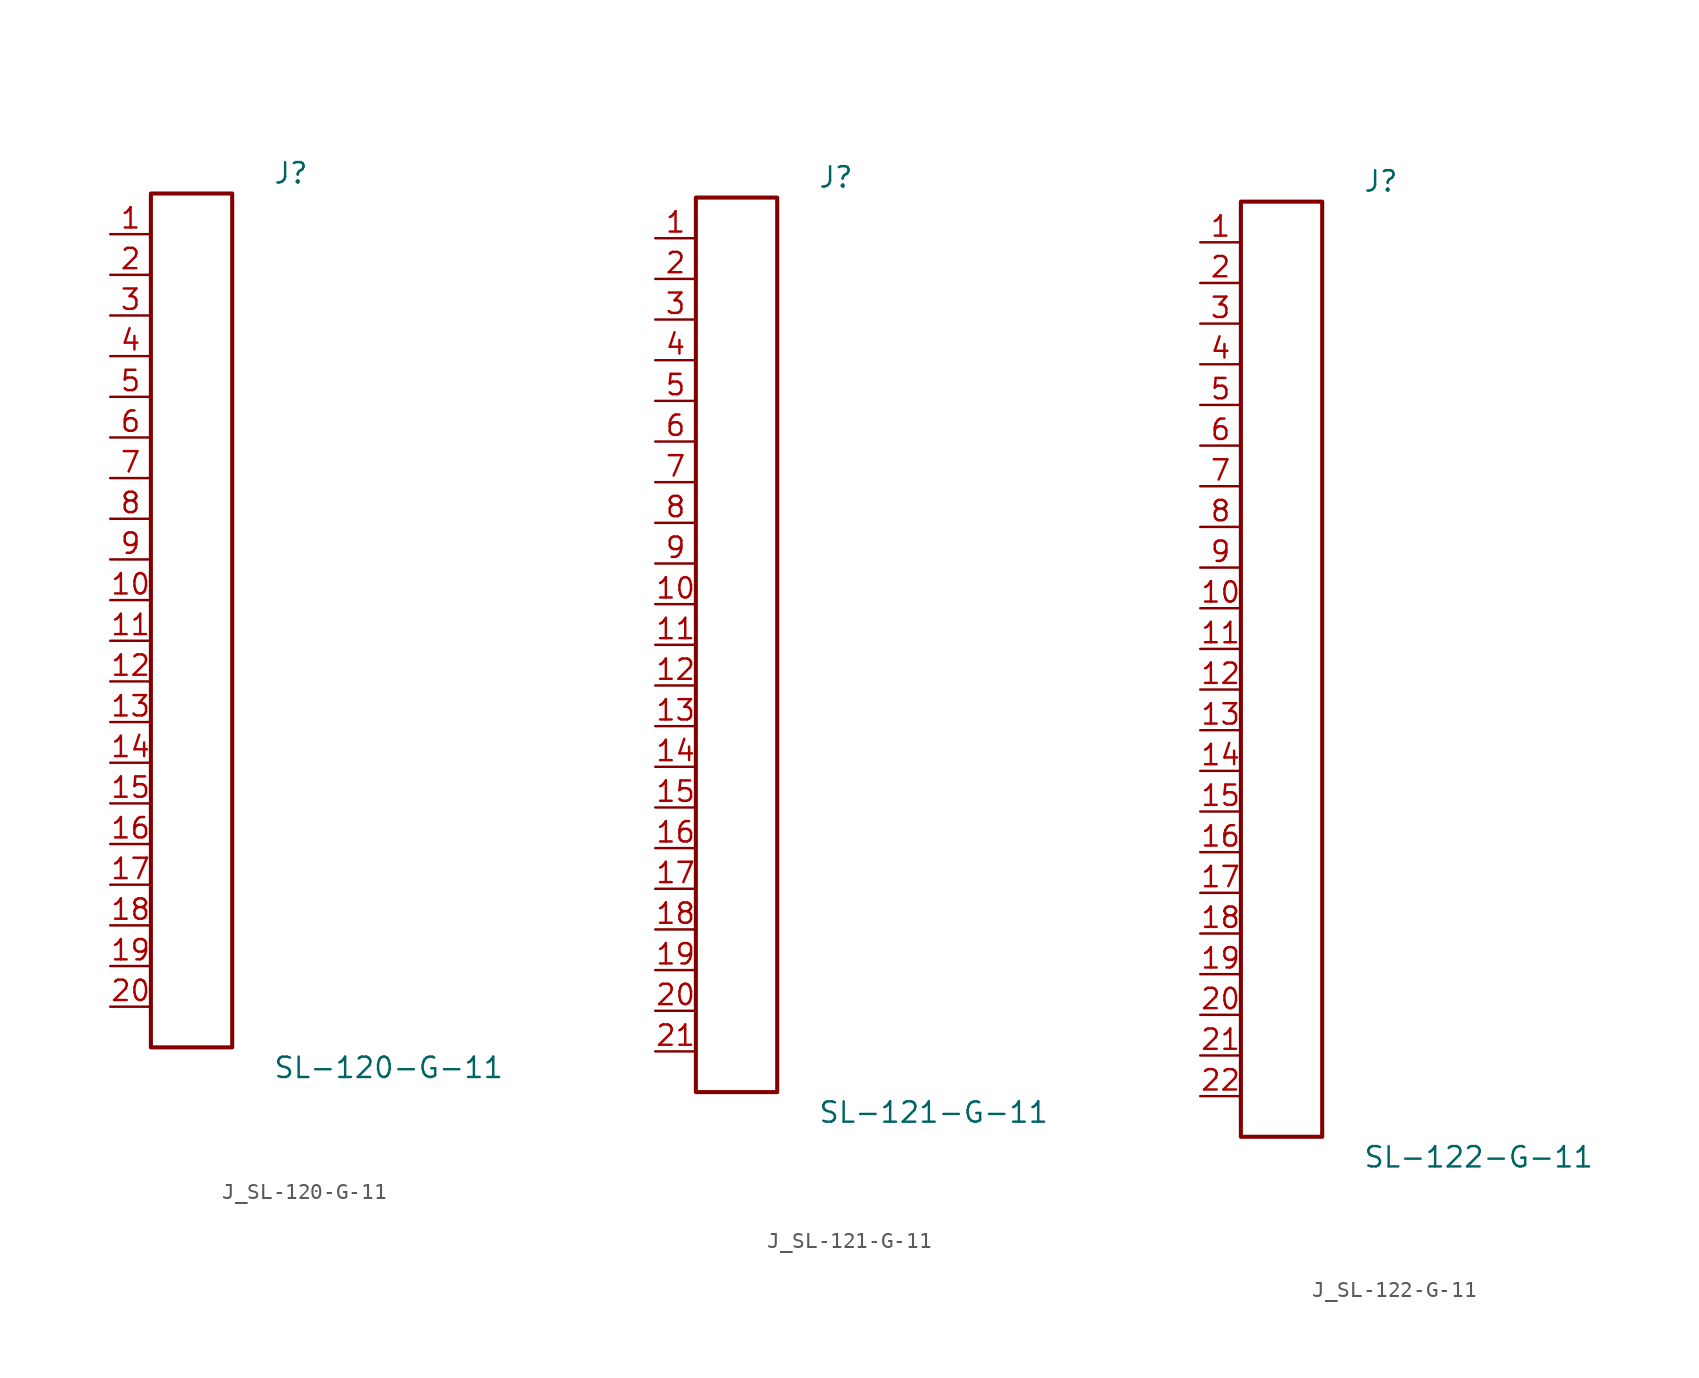
<source format=kicad_sym>
(kicad_symbol_lib
  (version 20231120)
  (generator kicad_symbol_editor)
  (generator_version 8.0)
  (symbol "J_SL-120-G-11"
    (pin_names
      (offset 0.254))
    (property "Reference" "J"
      (at 5.08 27.94 0)
      (effects (font (size 1.27 1.27)) (justify left)))
    (property "Value" "SL-120-G-11"
      (at 5.08 -27.94 0)
      (effects (font (size 1.27 1.27)) (justify left)))
    (symbol "J_SL-120-G-11_0_0"
      (pin unspecified line (at -5.08 24.13 0) (length 2.54) (name "" (effects (font (size 1.27 1.27)))) (number "1" (effects (font (size 1.27 1.27)))))
      (pin unspecified line (at -5.08 21.59 0) (length 2.54) (name "" (effects (font (size 1.27 1.27)))) (number "2" (effects (font (size 1.27 1.27)))))
      (pin unspecified line (at -5.08 19.05 0) (length 2.54) (name "" (effects (font (size 1.27 1.27)))) (number "3" (effects (font (size 1.27 1.27)))))
      (pin unspecified line (at -5.08 16.51 0) (length 2.54) (name "" (effects (font (size 1.27 1.27)))) (number "4" (effects (font (size 1.27 1.27)))))
      (pin unspecified line (at -5.08 13.97 0) (length 2.54) (name "" (effects (font (size 1.27 1.27)))) (number "5" (effects (font (size 1.27 1.27)))))
      (pin unspecified line (at -5.08 11.43 0) (length 2.54) (name "" (effects (font (size 1.27 1.27)))) (number "6" (effects (font (size 1.27 1.27)))))
      (pin unspecified line (at -5.08 8.89 0) (length 2.54) (name "" (effects (font (size 1.27 1.27)))) (number "7" (effects (font (size 1.27 1.27)))))
      (pin unspecified line (at -5.08 6.35 0) (length 2.54) (name "" (effects (font (size 1.27 1.27)))) (number "8" (effects (font (size 1.27 1.27)))))
      (pin unspecified line (at -5.08 3.81 0) (length 2.54) (name "" (effects (font (size 1.27 1.27)))) (number "9" (effects (font (size 1.27 1.27)))))
      (pin unspecified line (at -5.08 1.27 0) (length 2.54) (name "" (effects (font (size 1.27 1.27)))) (number "10" (effects (font (size 1.27 1.27)))))
      (pin unspecified line (at -5.08 -1.27 0) (length 2.54) (name "" (effects (font (size 1.27 1.27)))) (number "11" (effects (font (size 1.27 1.27)))))
      (pin unspecified line (at -5.08 -3.81 0) (length 2.54) (name "" (effects (font (size 1.27 1.27)))) (number "12" (effects (font (size 1.27 1.27)))))
      (pin unspecified line (at -5.08 -6.35 0) (length 2.54) (name "" (effects (font (size 1.27 1.27)))) (number "13" (effects (font (size 1.27 1.27)))))
      (pin unspecified line (at -5.08 -8.89 0) (length 2.54) (name "" (effects (font (size 1.27 1.27)))) (number "14" (effects (font (size 1.27 1.27)))))
      (pin unspecified line (at -5.08 -11.43 0) (length 2.54) (name "" (effects (font (size 1.27 1.27)))) (number "15" (effects (font (size 1.27 1.27)))))
      (pin unspecified line (at -5.08 -13.97 0) (length 2.54) (name "" (effects (font (size 1.27 1.27)))) (number "16" (effects (font (size 1.27 1.27)))))
      (pin unspecified line (at -5.08 -16.51 0) (length 2.54) (name "" (effects (font (size 1.27 1.27)))) (number "17" (effects (font (size 1.27 1.27)))))
      (pin unspecified line (at -5.08 -19.05 0) (length 2.54) (name "" (effects (font (size 1.27 1.27)))) (number "18" (effects (font (size 1.27 1.27)))))
      (pin unspecified line (at -5.08 -21.59 0) (length 2.54) (name "" (effects (font (size 1.27 1.27)))) (number "19" (effects (font (size 1.27 1.27)))))
      (pin unspecified line (at -5.08 -24.13 0) (length 2.54) (name "" (effects (font (size 1.27 1.27)))) (number "20" (effects (font (size 1.27 1.27))))))
    (symbol "J_SL-120-G-11_1_0"
      (rectangle (start -2.54 26.67) (end 2.54 -26.67) (stroke (width 0.254) (type solid)) (fill (type none)))))
  (symbol "J_SL-121-G-11"
    (pin_names
      (offset 0.254))
    (property "Reference" "J"
      (at 5.08 29.21 0)
      (effects (font (size 1.27 1.27)) (justify left)))
    (property "Value" "SL-121-G-11"
      (at 5.08 -29.21 0)
      (effects (font (size 1.27 1.27)) (justify left)))
    (symbol "J_SL-121-G-11_0_0"
      (pin unspecified line (at -5.08 25.4 0) (length 2.54) (name "" (effects (font (size 1.27 1.27)))) (number "1" (effects (font (size 1.27 1.27)))))
      (pin unspecified line (at -5.08 22.86 0) (length 2.54) (name "" (effects (font (size 1.27 1.27)))) (number "2" (effects (font (size 1.27 1.27)))))
      (pin unspecified line (at -5.08 20.32 0) (length 2.54) (name "" (effects (font (size 1.27 1.27)))) (number "3" (effects (font (size 1.27 1.27)))))
      (pin unspecified line (at -5.08 17.78 0) (length 2.54) (name "" (effects (font (size 1.27 1.27)))) (number "4" (effects (font (size 1.27 1.27)))))
      (pin unspecified line (at -5.08 15.24 0) (length 2.54) (name "" (effects (font (size 1.27 1.27)))) (number "5" (effects (font (size 1.27 1.27)))))
      (pin unspecified line (at -5.08 12.7 0) (length 2.54) (name "" (effects (font (size 1.27 1.27)))) (number "6" (effects (font (size 1.27 1.27)))))
      (pin unspecified line (at -5.08 10.16 0) (length 2.54) (name "" (effects (font (size 1.27 1.27)))) (number "7" (effects (font (size 1.27 1.27)))))
      (pin unspecified line (at -5.08 7.62 0) (length 2.54) (name "" (effects (font (size 1.27 1.27)))) (number "8" (effects (font (size 1.27 1.27)))))
      (pin unspecified line (at -5.08 5.08 0) (length 2.54) (name "" (effects (font (size 1.27 1.27)))) (number "9" (effects (font (size 1.27 1.27)))))
      (pin unspecified line (at -5.08 2.54 0) (length 2.54) (name "" (effects (font (size 1.27 1.27)))) (number "10" (effects (font (size 1.27 1.27)))))
      (pin unspecified line (at -5.08 0.0 0) (length 2.54) (name "" (effects (font (size 1.27 1.27)))) (number "11" (effects (font (size 1.27 1.27)))))
      (pin unspecified line (at -5.08 -2.54 0) (length 2.54) (name "" (effects (font (size 1.27 1.27)))) (number "12" (effects (font (size 1.27 1.27)))))
      (pin unspecified line (at -5.08 -5.08 0) (length 2.54) (name "" (effects (font (size 1.27 1.27)))) (number "13" (effects (font (size 1.27 1.27)))))
      (pin unspecified line (at -5.08 -7.62 0) (length 2.54) (name "" (effects (font (size 1.27 1.27)))) (number "14" (effects (font (size 1.27 1.27)))))
      (pin unspecified line (at -5.08 -10.16 0) (length 2.54) (name "" (effects (font (size 1.27 1.27)))) (number "15" (effects (font (size 1.27 1.27)))))
      (pin unspecified line (at -5.08 -12.7 0) (length 2.54) (name "" (effects (font (size 1.27 1.27)))) (number "16" (effects (font (size 1.27 1.27)))))
      (pin unspecified line (at -5.08 -15.24 0) (length 2.54) (name "" (effects (font (size 1.27 1.27)))) (number "17" (effects (font (size 1.27 1.27)))))
      (pin unspecified line (at -5.08 -17.78 0) (length 2.54) (name "" (effects (font (size 1.27 1.27)))) (number "18" (effects (font (size 1.27 1.27)))))
      (pin unspecified line (at -5.08 -20.32 0) (length 2.54) (name "" (effects (font (size 1.27 1.27)))) (number "19" (effects (font (size 1.27 1.27)))))
      (pin unspecified line (at -5.08 -22.86 0) (length 2.54) (name "" (effects (font (size 1.27 1.27)))) (number "20" (effects (font (size 1.27 1.27)))))
      (pin unspecified line (at -5.08 -25.4 0) (length 2.54) (name "" (effects (font (size 1.27 1.27)))) (number "21" (effects (font (size 1.27 1.27))))))
    (symbol "J_SL-121-G-11_1_0"
      (rectangle (start -2.54 27.94) (end 2.54 -27.94) (stroke (width 0.254) (type solid)) (fill (type none)))))
  (symbol "J_SL-122-G-11"
    (pin_names
      (offset 0.254))
    (property "Reference" "J"
      (at 5.08 30.48 0)
      (effects (font (size 1.27 1.27)) (justify left)))
    (property "Value" "SL-122-G-11"
      (at 5.08 -30.48 0)
      (effects (font (size 1.27 1.27)) (justify left)))
    (symbol "J_SL-122-G-11_0_0"
      (pin unspecified line (at -5.08 26.67 0) (length 2.54) (name "" (effects (font (size 1.27 1.27)))) (number "1" (effects (font (size 1.27 1.27)))))
      (pin unspecified line (at -5.08 24.13 0) (length 2.54) (name "" (effects (font (size 1.27 1.27)))) (number "2" (effects (font (size 1.27 1.27)))))
      (pin unspecified line (at -5.08 21.59 0) (length 2.54) (name "" (effects (font (size 1.27 1.27)))) (number "3" (effects (font (size 1.27 1.27)))))
      (pin unspecified line (at -5.08 19.05 0) (length 2.54) (name "" (effects (font (size 1.27 1.27)))) (number "4" (effects (font (size 1.27 1.27)))))
      (pin unspecified line (at -5.08 16.51 0) (length 2.54) (name "" (effects (font (size 1.27 1.27)))) (number "5" (effects (font (size 1.27 1.27)))))
      (pin unspecified line (at -5.08 13.97 0) (length 2.54) (name "" (effects (font (size 1.27 1.27)))) (number "6" (effects (font (size 1.27 1.27)))))
      (pin unspecified line (at -5.08 11.43 0) (length 2.54) (name "" (effects (font (size 1.27 1.27)))) (number "7" (effects (font (size 1.27 1.27)))))
      (pin unspecified line (at -5.08 8.89 0) (length 2.54) (name "" (effects (font (size 1.27 1.27)))) (number "8" (effects (font (size 1.27 1.27)))))
      (pin unspecified line (at -5.08 6.35 0) (length 2.54) (name "" (effects (font (size 1.27 1.27)))) (number "9" (effects (font (size 1.27 1.27)))))
      (pin unspecified line (at -5.08 3.81 0) (length 2.54) (name "" (effects (font (size 1.27 1.27)))) (number "10" (effects (font (size 1.27 1.27)))))
      (pin unspecified line (at -5.08 1.27 0) (length 2.54) (name "" (effects (font (size 1.27 1.27)))) (number "11" (effects (font (size 1.27 1.27)))))
      (pin unspecified line (at -5.08 -1.27 0) (length 2.54) (name "" (effects (font (size 1.27 1.27)))) (number "12" (effects (font (size 1.27 1.27)))))
      (pin unspecified line (at -5.08 -3.81 0) (length 2.54) (name "" (effects (font (size 1.27 1.27)))) (number "13" (effects (font (size 1.27 1.27)))))
      (pin unspecified line (at -5.08 -6.35 0) (length 2.54) (name "" (effects (font (size 1.27 1.27)))) (number "14" (effects (font (size 1.27 1.27)))))
      (pin unspecified line (at -5.08 -8.89 0) (length 2.54) (name "" (effects (font (size 1.27 1.27)))) (number "15" (effects (font (size 1.27 1.27)))))
      (pin unspecified line (at -5.08 -11.43 0) (length 2.54) (name "" (effects (font (size 1.27 1.27)))) (number "16" (effects (font (size 1.27 1.27)))))
      (pin unspecified line (at -5.08 -13.97 0) (length 2.54) (name "" (effects (font (size 1.27 1.27)))) (number "17" (effects (font (size 1.27 1.27)))))
      (pin unspecified line (at -5.08 -16.51 0) (length 2.54) (name "" (effects (font (size 1.27 1.27)))) (number "18" (effects (font (size 1.27 1.27)))))
      (pin unspecified line (at -5.08 -19.05 0) (length 2.54) (name "" (effects (font (size 1.27 1.27)))) (number "19" (effects (font (size 1.27 1.27)))))
      (pin unspecified line (at -5.08 -21.59 0) (length 2.54) (name "" (effects (font (size 1.27 1.27)))) (number "20" (effects (font (size 1.27 1.27)))))
      (pin unspecified line (at -5.08 -24.13 0) (length 2.54) (name "" (effects (font (size 1.27 1.27)))) (number "21" (effects (font (size 1.27 1.27)))))
      (pin unspecified line (at -5.08 -26.67 0) (length 2.54) (name "" (effects (font (size 1.27 1.27)))) (number "22" (effects (font (size 1.27 1.27))))))
    (symbol "J_SL-122-G-11_1_0"
      (rectangle (start -2.54 29.21) (end 2.54 -29.21) (stroke (width 0.254) (type solid)) (fill (type none))))))
</source>
